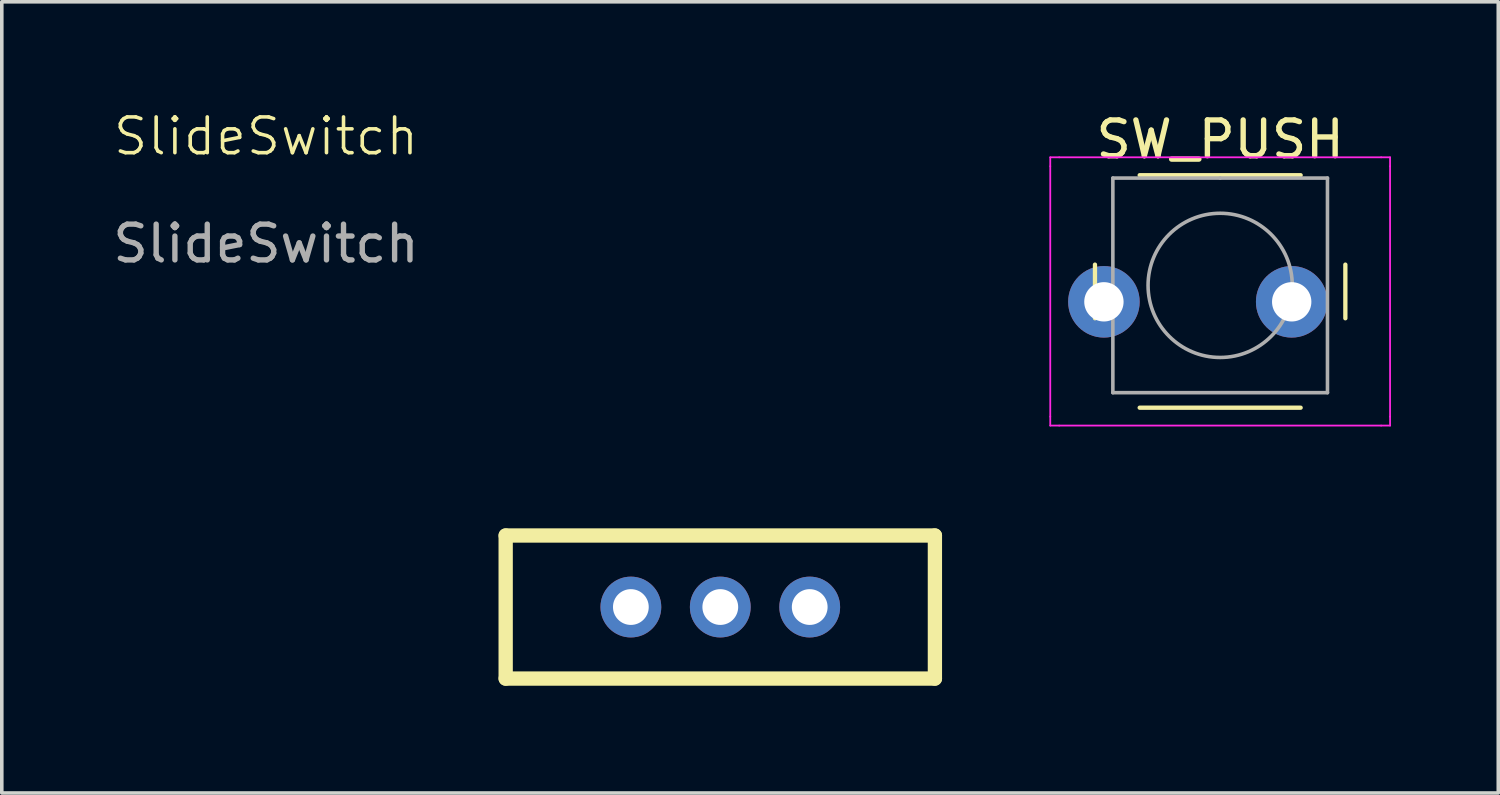
<source format=kicad_pcb>
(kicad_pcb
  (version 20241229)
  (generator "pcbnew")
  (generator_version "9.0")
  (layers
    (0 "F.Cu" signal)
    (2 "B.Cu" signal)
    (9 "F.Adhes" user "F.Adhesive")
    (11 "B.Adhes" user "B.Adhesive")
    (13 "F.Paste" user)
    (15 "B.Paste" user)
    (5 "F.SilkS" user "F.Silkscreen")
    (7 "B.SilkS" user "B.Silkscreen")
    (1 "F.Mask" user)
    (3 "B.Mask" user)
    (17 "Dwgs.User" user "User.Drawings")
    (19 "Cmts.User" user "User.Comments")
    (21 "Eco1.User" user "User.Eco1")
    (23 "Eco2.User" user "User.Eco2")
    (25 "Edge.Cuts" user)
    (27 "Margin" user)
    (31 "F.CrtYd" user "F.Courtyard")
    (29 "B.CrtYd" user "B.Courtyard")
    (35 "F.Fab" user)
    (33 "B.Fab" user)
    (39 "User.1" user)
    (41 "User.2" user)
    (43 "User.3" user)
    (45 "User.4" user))
  (footprint "SlideSwitch"
    (layer "F.Cu")
    (at 17.087 13.921)
    (property "Reference" "SlideSwitch" (at -12.7 -13.16 0) (unlocked yes) (layer "F.SilkS") (effects (font (size 1 1) (thickness 0.1))))
    (attr through_hole)
    (fp_line (start -6 -2) (end -6 2) (stroke (width 0.4) (type default)) (layer "F.SilkS"))
    (fp_line (start -6 2) (end 6 2) (stroke (width 0.4) (type default)) (layer "F.SilkS"))
    (fp_line (start 6 -2) (end -6 -2) (stroke (width 0.4) (type default)) (layer "F.SilkS"))
    (fp_line (start 6 -2) (end 6 2) (stroke (width 0.4) (type default)) (layer "F.SilkS"))
    (fp_text user "${REFERENCE}" (at -12.7 -10.16 0) (unlocked yes) (layer "F.Fab") (effects (font (size 1 1) (thickness 0.15))))
    (pad "1" thru_hole circle (at -2.5 0) (size 1.7 1.7) (drill 1) (layers "*.Cu" "*.Mask"))
    (pad "2" thru_hole circle (at 0 0) (size 1.7 1.7) (drill 1) (layers "*.Cu" "*.Mask"))
    (pad "3" thru_hole circle (at 2.5 0) (size 1.7 1.7) (drill 1) (layers "*.Cu" "*.Mask")))
  (footprint "SW_PUSH"
    (layer "F.Cu")
    (at 27.812 2.848)
    (property "Reference" "SW_PUSH" (at 3.25 -2 0) (layer "F.SilkS") (effects (font (size 1 1) (thickness 0.15))))
    (attr through_hole)
    (fp_line (start -0.25 1.5) (end -0.25 3) (stroke (width 0.12) (type solid)) (layer "F.SilkS"))
    (fp_line (start 1 5.5) (end 5.5 5.5) (stroke (width 0.12) (type solid)) (layer "F.SilkS"))
    (fp_line (start 5.5 -1) (end 1 -1) (stroke (width 0.12) (type solid)) (layer "F.SilkS"))
    (fp_line (start 6.75 3) (end 6.75 1.5) (stroke (width 0.12) (type solid)) (layer "F.SilkS"))
    (fp_line (start -1.5 -1.5) (end -1.25 -1.5) (stroke (width 0.05) (type solid)) (layer "F.CrtYd"))
    (fp_line (start -1.5 -1.25) (end -1.5 -1.5) (stroke (width 0.05) (type solid)) (layer "F.CrtYd"))
    (fp_line (start -1.5 5.75) (end -1.5 -1.25) (stroke (width 0.05) (type solid)) (layer "F.CrtYd"))
    (fp_line (start -1.5 5.75) (end -1.5 6) (stroke (width 0.05) (type solid)) (layer "F.CrtYd"))
    (fp_line (start -1.5 6) (end -1.25 6) (stroke (width 0.05) (type solid)) (layer "F.CrtYd"))
    (fp_line (start -1.25 -1.5) (end 7.75 -1.5) (stroke (width 0.05) (type solid)) (layer "F.CrtYd"))
    (fp_line (start 7.75 -1.5) (end 8 -1.5) (stroke (width 0.05) (type solid)) (layer "F.CrtYd"))
    (fp_line (start 7.75 6) (end -1.25 6) (stroke (width 0.05) (type solid)) (layer "F.CrtYd"))
    (fp_line (start 7.75 6) (end 8 6) (stroke (width 0.05) (type solid)) (layer "F.CrtYd"))
    (fp_line (start 8 -1.5) (end 8 -1.25) (stroke (width 0.05) (type solid)) (layer "F.CrtYd"))
    (fp_line (start 8 -1.25) (end 8 5.75) (stroke (width 0.05) (type solid)) (layer "F.CrtYd"))
    (fp_line (start 8 6) (end 8 5.75) (stroke (width 0.05) (type solid)) (layer "F.CrtYd"))
    (fp_line (start 0.25 -0.92) (end 3.25 -0.92) (stroke (width 0.1) (type solid)) (layer "F.Fab"))
    (fp_line (start 0.25 5.08) (end 0.25 -0.92) (stroke (width 0.1) (type solid)) (layer "F.Fab"))
    (fp_line (start 3.25 -0.92) (end 6.25 -0.92) (stroke (width 0.1) (type solid)) (layer "F.Fab"))
    (fp_line (start 6.25 -0.92) (end 6.25 5.08) (stroke (width 0.1) (type solid)) (layer "F.Fab"))
    (fp_line (start 6.25 5.08) (end 0.25 5.08) (stroke (width 0.1) (type solid)) (layer "F.Fab"))
    (fp_circle (center 3.25 2.08) (end 1.25 2.33) (stroke (width 0.1) (type solid)) (fill no) (layer "F.Fab"))
    (pad "1" thru_hole circle (at 0 2.54 90) (size 2 2) (drill 1.1) (layers "*.Cu" "*.Mask"))
    (pad "2" thru_hole circle (at 5.25 2.54 90) (size 2 2) (drill 1.1) (layers "*.Cu" "*.Mask")))
  (gr_rect
    (start -3 -3)
    (end 38.837 19.12)
    (stroke (width 0.1) (type default))
    (fill no)
    (layer "Edge.Cuts")))
</source>
